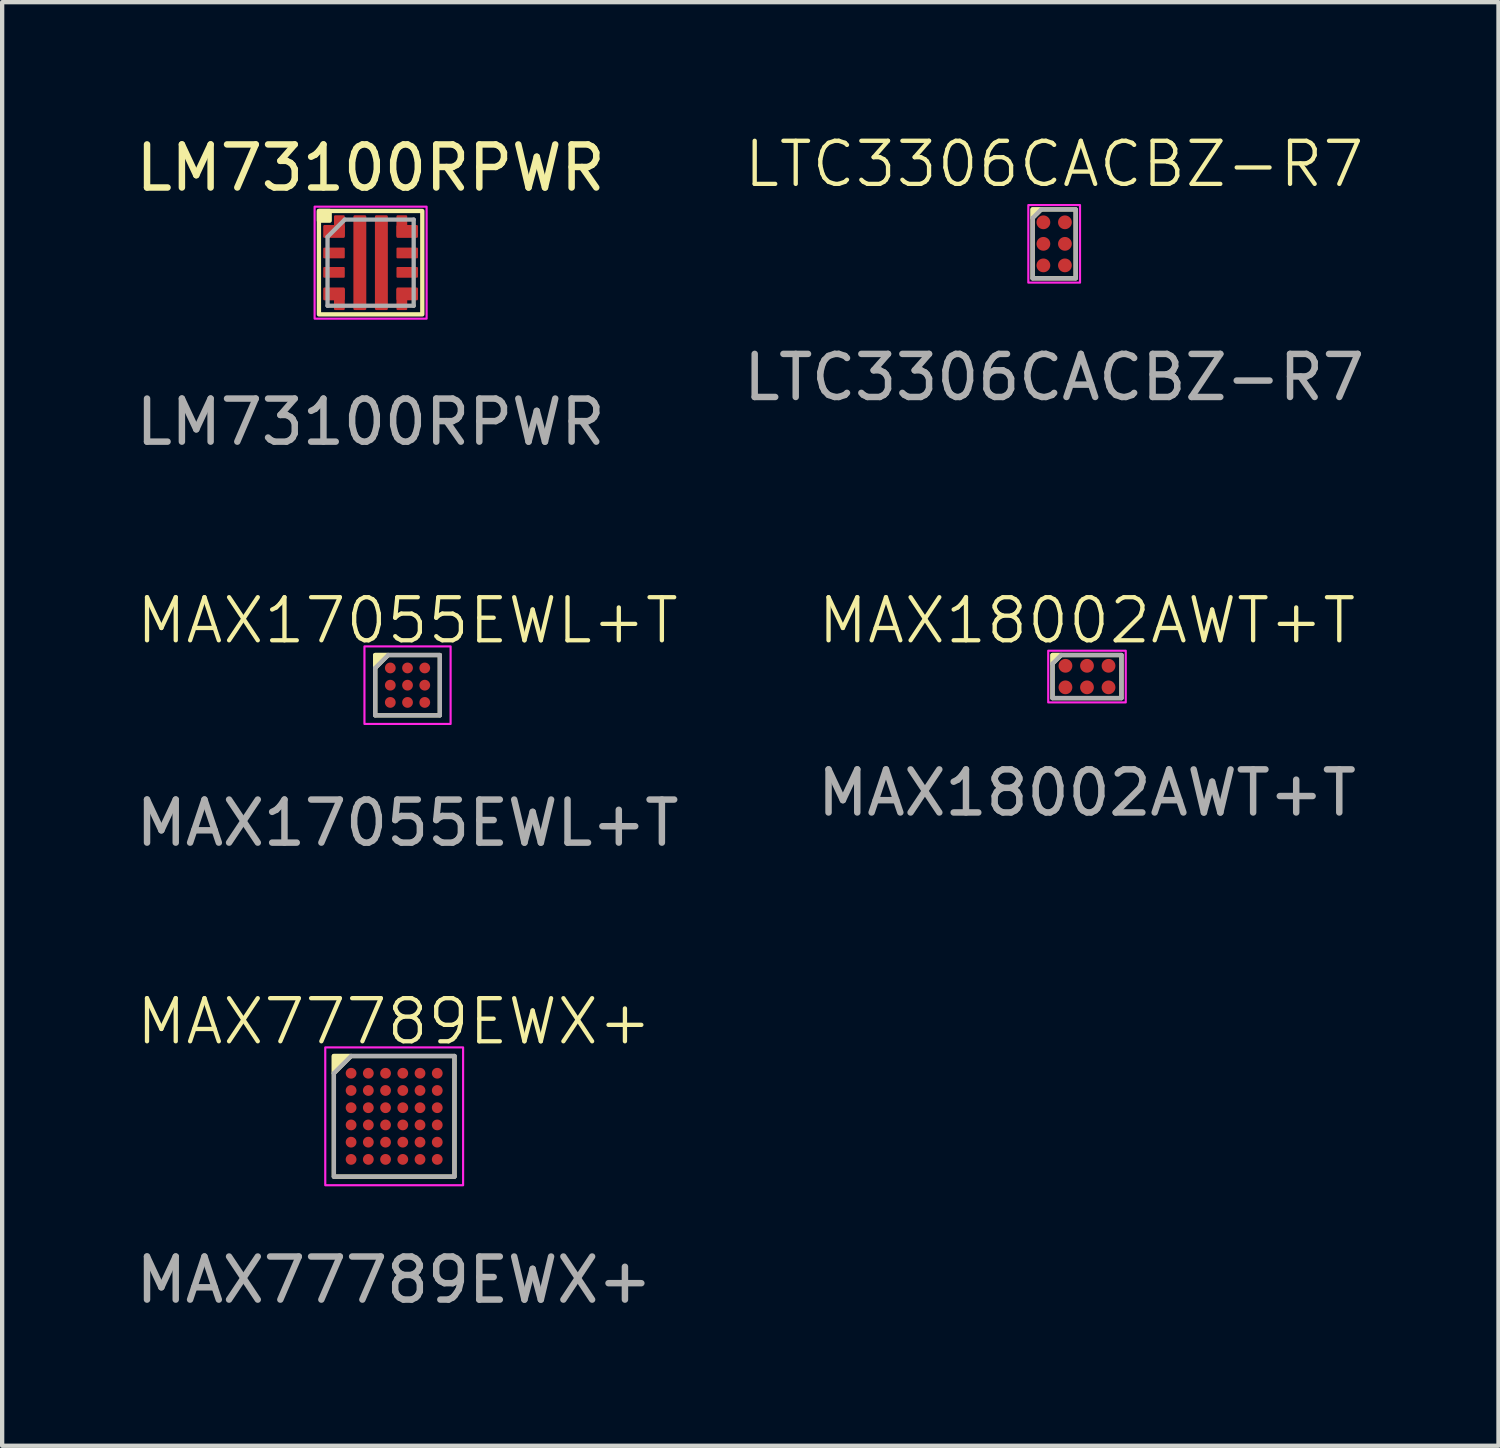
<source format=kicad_pcb>
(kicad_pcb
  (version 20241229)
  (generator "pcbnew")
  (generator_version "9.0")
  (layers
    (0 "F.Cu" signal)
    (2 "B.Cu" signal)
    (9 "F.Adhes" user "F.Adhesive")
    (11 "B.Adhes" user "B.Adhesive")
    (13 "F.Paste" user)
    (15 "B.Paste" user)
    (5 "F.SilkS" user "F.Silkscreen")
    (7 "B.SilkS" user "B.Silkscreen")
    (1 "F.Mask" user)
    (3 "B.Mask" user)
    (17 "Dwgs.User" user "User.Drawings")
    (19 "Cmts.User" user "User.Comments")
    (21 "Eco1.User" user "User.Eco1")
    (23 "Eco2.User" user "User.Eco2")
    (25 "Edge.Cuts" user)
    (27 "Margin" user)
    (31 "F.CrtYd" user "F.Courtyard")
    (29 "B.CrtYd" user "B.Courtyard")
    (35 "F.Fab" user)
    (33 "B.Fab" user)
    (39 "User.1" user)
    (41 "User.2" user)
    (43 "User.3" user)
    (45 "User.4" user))
  (footprint "LM73100RPWR"
    (layer "F.Cu")
    (at 5.554 3.048)
    (property "Reference" "LM73100RPWR" (at 0 -2.2 0) (unlocked yes) (layer "F.SilkS") (effects (font (size 1 1) (thickness 0.15))))
    (attr smd)
    (fp_rect (start 1.2 1.2) (end -1.2 -1.2) (stroke (width 0.1) (type default)) (fill no) (layer "F.SilkS"))
    (fp_poly (pts (xy -1.2 -1.2) (xy -0.95 -1.2) (xy -0.95 -0.975) (xy -1.2 -0.975)) (stroke (width 0.1) (type solid)) (fill yes) (layer "F.SilkS"))
    (fp_rect (start -1.3 -1.3) (end 1.3 1.3) (stroke (width 0.05) (type default)) (fill no) (layer "F.CrtYd"))
    (fp_line (start -1 -0.6) (end -0.6 -1) (stroke (width 0.1) (type solid)) (layer "F.Fab"))
    (fp_line (start -1 1) (end -1 -0.6) (stroke (width 0.1) (type solid)) (layer "F.Fab"))
    (fp_line (start -0.6 -1) (end 1 -1) (stroke (width 0.1) (type solid)) (layer "F.Fab"))
    (fp_line (start 1 -1) (end 1 1) (stroke (width 0.1) (type solid)) (layer "F.Fab"))
    (fp_line (start 1 1) (end -1 1) (stroke (width 0.1) (type solid)) (layer "F.Fab"))
    (fp_text user "${REFERENCE}" (at 0 3.7 0) (unlocked yes) (layer "F.Fab") (effects (font (size 1 1) (thickness 0.15))))
    (pad "1" smd roundrect (at -0.85 -0.725) (size 0.5 0.3) (layers "F.Cu" "F.Mask" "F.Paste") (roundrect_rratio 0.1))
    (pad "1" smd roundrect (at -0.725 -0.85 90) (size 0.5 0.25) (layers "F.Cu" "F.Mask" "F.Paste") (roundrect_rratio 0.1))
    (pad "2" smd roundrect (at -0.85 -0.225) (size 0.5 0.25) (layers "F.Cu" "F.Mask" "F.Paste") (roundrect_rratio 0.1))
    (pad "3" smd roundrect (at -0.85 0.225) (size 0.5 0.25) (layers "F.Cu" "F.Mask" "F.Paste") (roundrect_rratio 0.1))
    (pad "4" smd roundrect (at -0.85 0.725 180) (size 0.5 0.3) (layers "F.Cu" "F.Mask" "F.Paste") (roundrect_rratio 0.1))
    (pad "4" smd roundrect (at -0.725 0.85 90) (size 0.5 0.25) (layers "F.Cu" "F.Mask" "F.Paste") (roundrect_rratio 0.1))
    (pad "5" smd roundrect (at -0.25 0) (size 0.3 2.2) (layers "F.Cu" "F.Mask" "F.Paste") (roundrect_rratio 0.1))
    (pad "6" smd roundrect (at 0.25 0) (size 0.3 2.2) (layers "F.Cu" "F.Mask" "F.Paste") (roundrect_rratio 0.1))
    (pad "7" smd roundrect (at 0.725 0.85 90) (size 0.5 0.25) (layers "F.Cu" "F.Mask" "F.Paste") (roundrect_rratio 0.1))
    (pad "7" smd roundrect (at 0.85 0.725 180) (size 0.5 0.3) (layers "F.Cu" "F.Mask" "F.Paste") (roundrect_rratio 0.1))
    (pad "8" smd roundrect (at 0.85 0.225) (size 0.5 0.25) (layers "F.Cu" "F.Mask" "F.Paste") (roundrect_rratio 0.1))
    (pad "9" smd roundrect (at 0.85 -0.225) (size 0.5 0.25) (layers "F.Cu" "F.Mask" "F.Paste") (roundrect_rratio 0.1))
    (pad "10" smd roundrect (at 0.725 -0.85 90) (size 0.5 0.25) (layers "F.Cu" "F.Mask" "F.Paste") (roundrect_rratio 0.1))
    (pad "10" smd roundrect (at 0.85 -0.725 180) (size 0.5 0.3) (layers "F.Cu" "F.Mask" "F.Paste") (roundrect_rratio 0.1)))
  (footprint "MAX77789EWX+"
    (layer "F.Cu")
    (at 6.101 22.866)
    (property "Reference" "MAX77789EWX+" (at 0 -2.2 0) (unlocked yes) (layer "F.SilkS") (effects (font (size 1 1) (thickness 0.1))))
    (attr smd)
    (fp_rect (start -1.4 -1.4) (end 1.4 1.4) (stroke (width 0.1) (type default)) (fill no) (layer "F.SilkS"))
    (fp_poly (pts (xy -1.4 -1.4) (xy -1 -1.4) (xy -1.4 -1)) (stroke (width 0.1) (type solid)) (fill yes) (layer "F.SilkS"))
    (fp_rect (start -1.6 -1.6) (end 1.6 1.6) (stroke (width 0.05) (type default)) (fill no) (layer "F.CrtYd"))
    (fp_line (start -1.4 -1) (end -1 -1.4) (stroke (width 0.1) (type default)) (layer "F.Fab"))
    (fp_line (start -1.4 1.4) (end -1.4 -1) (stroke (width 0.1) (type default)) (layer "F.Fab"))
    (fp_line (start -1 -1.4) (end 1.4 -1.4) (stroke (width 0.1) (type default)) (layer "F.Fab"))
    (fp_line (start 1.4 -1.4) (end 1.4 1.4) (stroke (width 0.1) (type default)) (layer "F.Fab"))
    (fp_line (start 1.4 1.4) (end -1.4 1.4) (stroke (width 0.1) (type default)) (layer "F.Fab"))
    (fp_text user "${REFERENCE}" (at 0 3.8 0) (unlocked yes) (layer "F.Fab") (effects (font (size 1 1) (thickness 0.15))))
    (pad "A1" smd circle (at -1 -1) (size 0.25 0.25) (layers "F.Cu" "F.Mask" "F.Paste"))
    (pad "A2" smd circle (at -0.6 -1) (size 0.25 0.25) (layers "F.Cu" "F.Mask" "F.Paste"))
    (pad "A3" smd circle (at -0.2 -1) (size 0.25 0.25) (layers "F.Cu" "F.Mask" "F.Paste"))
    (pad "A4" smd circle (at 0.2 -1) (size 0.25 0.25) (layers "F.Cu" "F.Mask" "F.Paste"))
    (pad "A5" smd circle (at 0.6 -1) (size 0.25 0.25) (layers "F.Cu" "F.Mask" "F.Paste"))
    (pad "A6" smd circle (at 1 -1) (size 0.25 0.25) (layers "F.Cu" "F.Mask" "F.Paste"))
    (pad "B1" smd circle (at -1 -0.6) (size 0.25 0.25) (layers "F.Cu" "F.Mask" "F.Paste"))
    (pad "B2" smd circle (at -0.6 -0.6) (size 0.25 0.25) (layers "F.Cu" "F.Mask" "F.Paste"))
    (pad "B3" smd circle (at -0.2 -0.6) (size 0.25 0.25) (layers "F.Cu" "F.Mask" "F.Paste"))
    (pad "B4" smd circle (at 0.2 -0.6) (size 0.25 0.25) (layers "F.Cu" "F.Mask" "F.Paste"))
    (pad "B5" smd circle (at 0.6 -0.6) (size 0.25 0.25) (layers "F.Cu" "F.Mask" "F.Paste"))
    (pad "B6" smd circle (at 1 -0.6) (size 0.25 0.25) (layers "F.Cu" "F.Mask" "F.Paste"))
    (pad "C1" smd circle (at -1 -0.2) (size 0.25 0.25) (layers "F.Cu" "F.Mask" "F.Paste"))
    (pad "C2" smd circle (at -0.6 -0.2) (size 0.25 0.25) (layers "F.Cu" "F.Mask" "F.Paste"))
    (pad "C3" smd circle (at -0.2 -0.2) (size 0.25 0.25) (layers "F.Cu" "F.Mask" "F.Paste"))
    (pad "C4" smd circle (at 0.2 -0.2) (size 0.25 0.25) (layers "F.Cu" "F.Mask" "F.Paste"))
    (pad "C5" smd circle (at 0.6 -0.2) (size 0.25 0.25) (layers "F.Cu" "F.Mask" "F.Paste"))
    (pad "C6" smd circle (at 1 -0.2) (size 0.25 0.25) (layers "F.Cu" "F.Mask" "F.Paste"))
    (pad "D1" smd circle (at -1 0.2) (size 0.25 0.25) (layers "F.Cu" "F.Mask" "F.Paste"))
    (pad "D2" smd circle (at -0.6 0.2) (size 0.25 0.25) (layers "F.Cu" "F.Mask" "F.Paste"))
    (pad "D3" smd circle (at -0.2 0.2) (size 0.25 0.25) (layers "F.Cu" "F.Mask" "F.Paste"))
    (pad "D4" smd circle (at 0.2 0.2) (size 0.25 0.25) (layers "F.Cu" "F.Mask" "F.Paste"))
    (pad "D5" smd circle (at 0.6 0.2) (size 0.25 0.25) (layers "F.Cu" "F.Mask" "F.Paste"))
    (pad "D6" smd circle (at 1 0.2) (size 0.25 0.25) (layers "F.Cu" "F.Mask" "F.Paste"))
    (pad "E1" smd circle (at -1 0.6) (size 0.25 0.25) (layers "F.Cu" "F.Mask" "F.Paste"))
    (pad "E2" smd circle (at -0.6 0.6) (size 0.25 0.25) (layers "F.Cu" "F.Mask" "F.Paste"))
    (pad "E3" smd circle (at -0.2 0.6) (size 0.25 0.25) (layers "F.Cu" "F.Mask" "F.Paste"))
    (pad "E4" smd circle (at 0.2 0.6) (size 0.25 0.25) (layers "F.Cu" "F.Mask" "F.Paste"))
    (pad "E5" smd circle (at 0.6 0.6) (size 0.25 0.25) (layers "F.Cu" "F.Mask" "F.Paste"))
    (pad "E6" smd circle (at 1 0.6) (size 0.25 0.25) (layers "F.Cu" "F.Mask" "F.Paste"))
    (pad "F1" smd circle (at -1 1) (size 0.25 0.25) (layers "F.Cu" "F.Mask" "F.Paste"))
    (pad "F2" smd circle (at -0.6 1) (size 0.25 0.25) (layers "F.Cu" "F.Mask" "F.Paste"))
    (pad "F3" smd circle (at -0.2 1) (size 0.25 0.25) (layers "F.Cu" "F.Mask" "F.Paste"))
    (pad "F4" smd circle (at 0.2 1) (size 0.25 0.25) (layers "F.Cu" "F.Mask" "F.Paste"))
    (pad "F5" smd circle (at 0.6 1) (size 0.25 0.25) (layers "F.Cu" "F.Mask" "F.Paste"))
    (pad "F6" smd circle (at 1 1) (size 0.25 0.25) (layers "F.Cu" "F.Mask" "F.Paste")))
  (footprint "LTC3306CACBZ-R7"
    (layer "F.Cu")
    (at 21.423 2.611)
    (property "Reference" "LTC3306CACBZ-R7" (at 0 -1.85 0) (unlocked yes) (layer "F.SilkS") (effects (font (size 1 1) (thickness 0.1))))
    (attr smd)
    (fp_rect (start -0.5 -0.8) (end 0.5 0.8) (stroke (width 0.1) (type default)) (fill no) (layer "F.SilkS"))
    (fp_poly (pts (xy -0.5 -0.8) (xy -0.3 -0.8) (xy -0.5 -0.6)) (stroke (width 0.1) (type solid)) (fill yes) (layer "F.SilkS"))
    (fp_rect (start -0.6 -0.9) (end 0.6 0.9) (stroke (width 0.05) (type default)) (fill no) (layer "F.CrtYd"))
    (fp_line (start -0.5 -0.6) (end -0.3 -0.8) (stroke (width 0.1) (type default)) (layer "F.Fab"))
    (fp_line (start -0.5 0.8) (end -0.5 -0.6) (stroke (width 0.1) (type default)) (layer "F.Fab"))
    (fp_line (start -0.3 -0.8) (end 0.5 -0.8) (stroke (width 0.1) (type default)) (layer "F.Fab"))
    (fp_line (start 0.5 -0.8) (end 0.5 0.8) (stroke (width 0.1) (type default)) (layer "F.Fab"))
    (fp_line (start 0.5 0.8) (end -0.5 0.8) (stroke (width 0.1) (type default)) (layer "F.Fab"))
    (fp_text user "${REFERENCE}" (at 0 3.1 0) (unlocked yes) (layer "F.Fab") (effects (font (size 1 1) (thickness 0.15))))
    (pad "A1" smd circle (at -0.25 -0.5) (size 0.32 0.32) (layers "F.Cu" "F.Mask" "F.Paste"))
    (pad "A2" smd circle (at 0.25 -0.5) (size 0.32 0.32) (layers "F.Cu" "F.Mask" "F.Paste"))
    (pad "B1" smd circle (at -0.25 0) (size 0.32 0.32) (layers "F.Cu" "F.Mask" "F.Paste"))
    (pad "B2" smd circle (at 0.25 0) (size 0.32 0.32) (layers "F.Cu" "F.Mask" "F.Paste"))
    (pad "C1" smd circle (at -0.25 0.5) (size 0.32 0.32) (layers "F.Cu" "F.Mask" "F.Paste"))
    (pad "C2" smd circle (at 0.25 0.5) (size 0.32 0.32) (layers "F.Cu" "F.Mask" "F.Paste")))
  (footprint "MAX18002AWT+T"
    (layer "F.Cu")
    (at 22.185 12.657)
    (property "Reference" "MAX18002AWT+T" (at 0 -1.3 0) (unlocked yes) (layer "F.SilkS") (effects (font (size 1 1) (thickness 0.1))))
    (attr smd)
    (fp_rect (start -0.8 -0.5) (end 0.8 0.5) (stroke (width 0.1) (type default)) (fill no) (layer "F.SilkS"))
    (fp_poly (pts (xy -0.8 -0.5) (xy -0.6 -0.5) (xy -0.8 -0.3)) (stroke (width 0.1) (type solid)) (fill yes) (layer "F.SilkS"))
    (fp_rect (start -0.9 -0.6) (end 0.9 0.6) (stroke (width 0.05) (type default)) (fill no) (layer "F.CrtYd"))
    (fp_line (start -0.8 0.5) (end -0.8 -0.3) (stroke (width 0.1) (type default)) (layer "F.Fab"))
    (fp_line (start -0.6 -0.5) (end -0.8 -0.3) (stroke (width 0.1) (type default)) (layer "F.Fab"))
    (fp_line (start -0.6 -0.5) (end 0.8 -0.5) (stroke (width 0.1) (type default)) (layer "F.Fab"))
    (fp_line (start 0.8 -0.5) (end 0.8 0.5) (stroke (width 0.1) (type default)) (layer "F.Fab"))
    (fp_line (start 0.8 0.5) (end -0.8 0.5) (stroke (width 0.1) (type default)) (layer "F.Fab"))
    (fp_text user "${REFERENCE}" (at 0 2.7 0) (unlocked yes) (layer "F.Fab") (effects (font (size 1 1) (thickness 0.15))))
    (pad "A1" smd circle (at -0.5 -0.25 90) (size 0.32 0.32) (layers "F.Cu" "F.Mask" "F.Paste"))
    (pad "A2" smd circle (at 0 -0.25 90) (size 0.32 0.32) (layers "F.Cu" "F.Mask" "F.Paste"))
    (pad "A3" smd circle (at 0.5 -0.25 90) (size 0.32 0.32) (layers "F.Cu" "F.Mask" "F.Paste"))
    (pad "B1" smd circle (at -0.5 0.25 90) (size 0.32 0.32) (layers "F.Cu" "F.Mask" "F.Paste"))
    (pad "B2" smd circle (at 0 0.25 90) (size 0.32 0.32) (layers "F.Cu" "F.Mask" "F.Paste"))
    (pad "B3" smd circle (at 0.5 0.25 90) (size 0.32 0.32) (layers "F.Cu" "F.Mask" "F.Paste")))
  (footprint "MAX17055EWL+T"
    (layer "F.Cu")
    (at 6.411 12.857)
    (property "Reference" "MAX17055EWL+T" (at 0 -1.5 0) (unlocked yes) (layer "F.SilkS") (effects (font (size 1 1) (thickness 0.1))))
    (attr smd)
    (fp_rect (start -0.75 -0.7) (end 0.75 0.7) (stroke (width 0.1) (type default)) (fill no) (layer "F.SilkS"))
    (fp_poly (pts (xy -0.75 -0.7) (xy -0.45 -0.7) (xy -0.75 -0.4)) (stroke (width 0.1) (type solid)) (fill yes) (layer "F.SilkS"))
    (fp_rect (start -1 -0.9) (end 1 0.9) (stroke (width 0.05) (type default)) (fill no) (layer "F.CrtYd"))
    (fp_line (start -0.75 -0.4) (end -0.45 -0.7) (stroke (width 0.1) (type default)) (layer "F.Fab"))
    (fp_line (start -0.75 0.7) (end -0.75 -0.4) (stroke (width 0.1) (type default)) (layer "F.Fab"))
    (fp_line (start -0.45 -0.7) (end 0.75 -0.7) (stroke (width 0.1) (type default)) (layer "F.Fab"))
    (fp_line (start 0.75 -0.7) (end 0.75 0.7) (stroke (width 0.1) (type default)) (layer "F.Fab"))
    (fp_line (start 0.75 0.7) (end -0.75 0.7) (stroke (width 0.1) (type default)) (layer "F.Fab"))
    (fp_text user "${REFERENCE}" (at 0 3.2 0) (unlocked yes) (layer "F.Fab") (effects (font (size 1 1) (thickness 0.15))))
    (pad "A1" smd circle (at -0.4 -0.4) (size 0.25 0.25) (layers "F.Cu" "F.Mask" "F.Paste"))
    (pad "A2" smd circle (at 0 -0.4) (size 0.25 0.25) (layers "F.Cu" "F.Mask" "F.Paste"))
    (pad "A3" smd circle (at 0.4 -0.4) (size 0.25 0.25) (layers "F.Cu" "F.Mask" "F.Paste"))
    (pad "B1" smd circle (at -0.4 0) (size 0.25 0.25) (layers "F.Cu" "F.Mask" "F.Paste"))
    (pad "B2" smd circle (at 0 0) (size 0.25 0.25) (layers "F.Cu" "F.Mask" "F.Paste"))
    (pad "B3" smd circle (at 0.4 0) (size 0.25 0.25) (layers "F.Cu" "F.Mask" "F.Paste"))
    (pad "C1" smd circle (at -0.4 0.4) (size 0.25 0.25) (layers "F.Cu" "F.Mask" "F.Paste"))
    (pad "C2" smd circle (at 0 0.4) (size 0.25 0.25) (layers "F.Cu" "F.Mask" "F.Paste"))
    (pad "C3" smd circle (at 0.4 0.4) (size 0.25 0.25) (layers "F.Cu" "F.Mask" "F.Paste")))
  (gr_rect
    (start -3 -3)
    (end 31.738 30.514)
    (stroke (width 0.1) (type default))
    (fill no)
    (layer "Edge.Cuts")))
</source>
